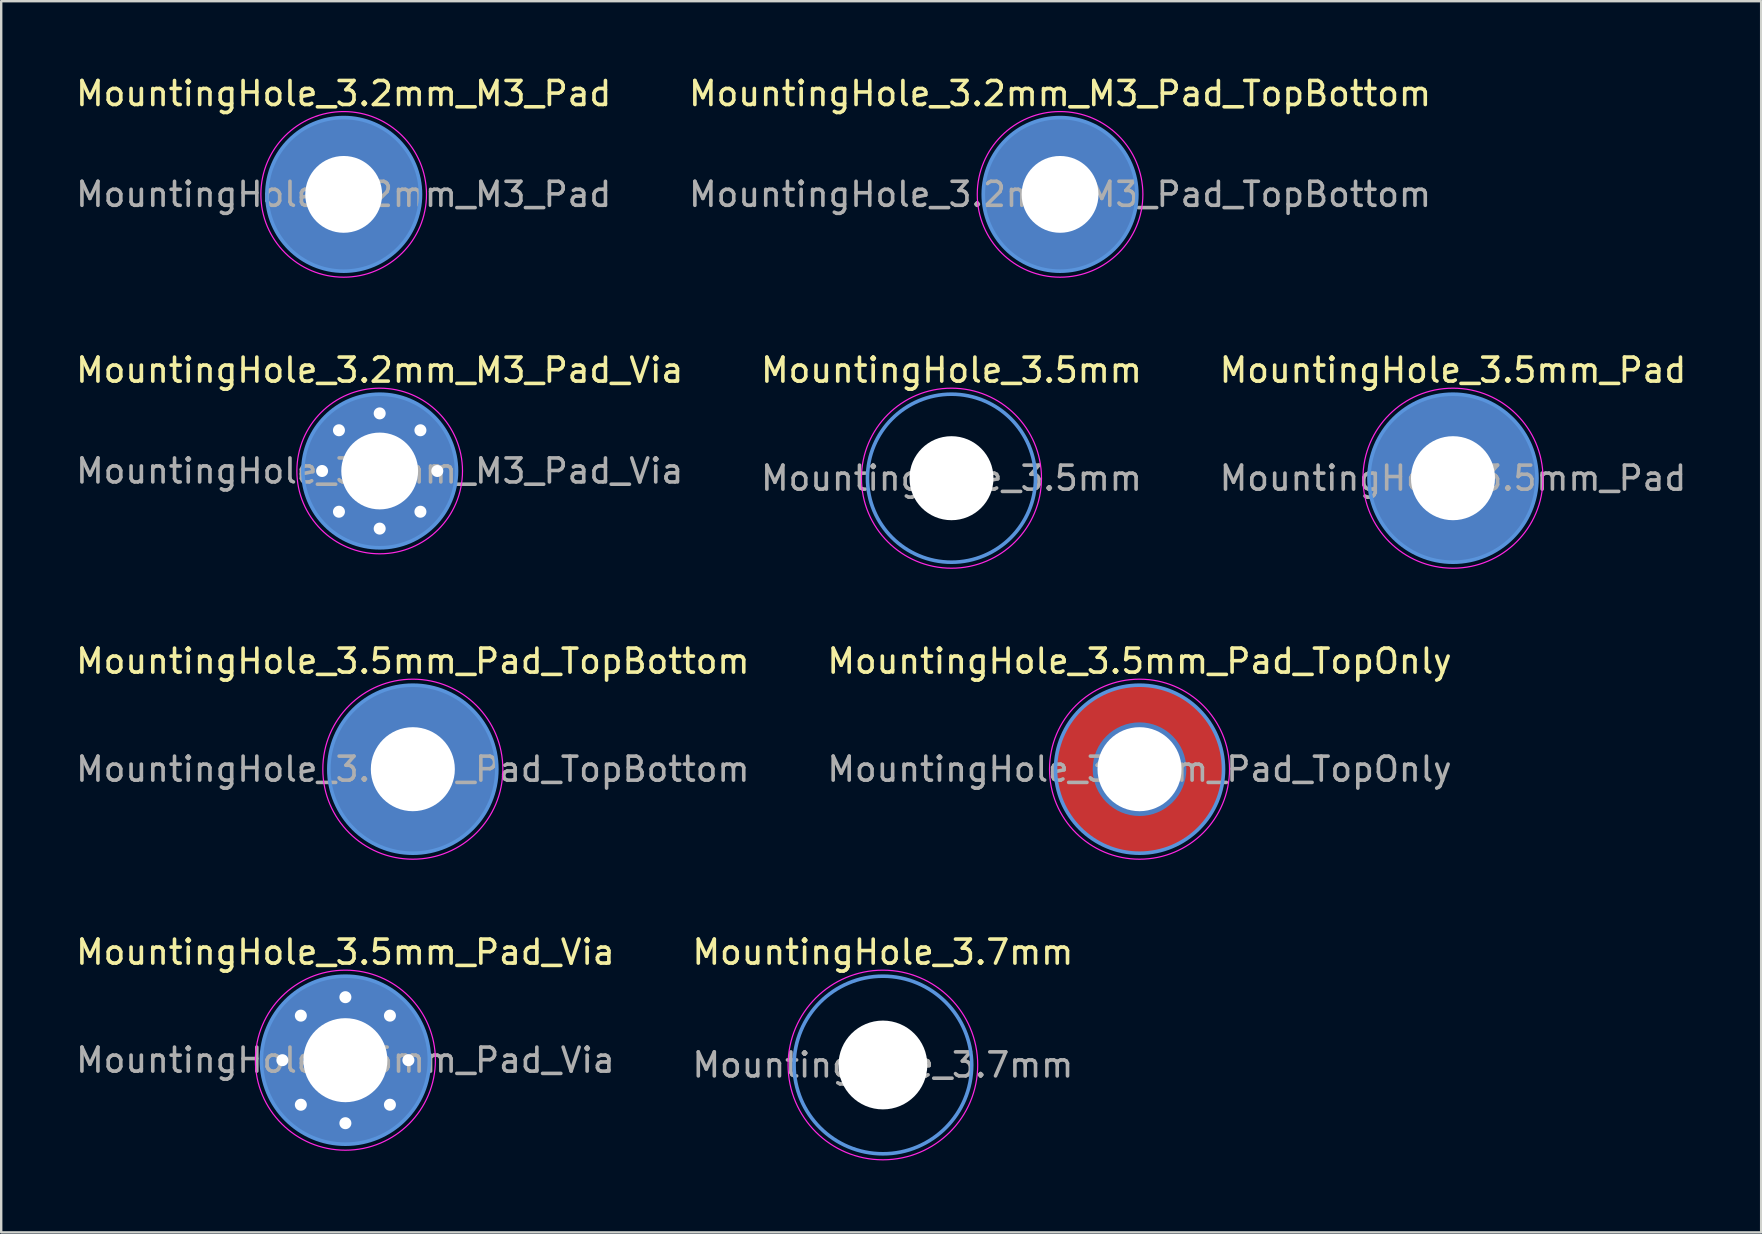
<source format=kicad_pcb>
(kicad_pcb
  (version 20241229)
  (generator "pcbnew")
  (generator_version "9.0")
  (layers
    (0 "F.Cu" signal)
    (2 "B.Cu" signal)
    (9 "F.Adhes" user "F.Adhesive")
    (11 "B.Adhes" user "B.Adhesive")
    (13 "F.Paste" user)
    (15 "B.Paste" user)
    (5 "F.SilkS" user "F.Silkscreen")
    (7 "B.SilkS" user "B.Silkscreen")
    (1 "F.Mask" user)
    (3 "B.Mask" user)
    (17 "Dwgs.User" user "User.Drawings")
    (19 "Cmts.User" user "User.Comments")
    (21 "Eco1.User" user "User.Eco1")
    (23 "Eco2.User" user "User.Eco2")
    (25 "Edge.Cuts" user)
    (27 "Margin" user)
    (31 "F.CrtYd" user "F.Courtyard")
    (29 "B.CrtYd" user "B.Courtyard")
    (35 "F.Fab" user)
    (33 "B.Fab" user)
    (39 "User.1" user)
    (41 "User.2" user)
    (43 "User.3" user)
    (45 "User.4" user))
  (footprint "MountingHole_3.5mm_Pad_TopOnly"
    (layer "F.Cu")
    (at 44.423 28.995)
    (property "Reference" "MountingHole_3.5mm_Pad_TopOnly" (at 0 -4.5 0) (layer "F.SilkS") (effects (font (size 1 1) (thickness 0.15))))
    (attr exclude_from_pos_files exclude_from_bom)
    (fp_circle (center 0 0) (end 3.5 0) (stroke (width 0.15) (type solid)) (fill no) (layer "Cmts.User"))
    (fp_circle (center 0 0) (end 3.75 0) (stroke (width 0.05) (type solid)) (fill no) (layer "F.CrtYd"))
    (fp_text user "${REFERENCE}" (at 0 0 0) (layer "F.Fab") (effects (font (size 1 1) (thickness 0.15))))
    (pad "1" thru_hole circle (at 0 0) (size 3.9 3.9) (drill 3.5) (layers "*.Cu" "*.Mask"))
    (pad "1" connect circle (at 0 0) (size 7 7) (layers "F.Cu" "F.Mask")))
  (footprint "MountingHole_3.2mm_M3_Pad_TopBottom"
    (layer "F.Cu")
    (at 41.113 5.048)
    (property "Reference" "MountingHole_3.2mm_M3_Pad_TopBottom" (at 0 -4.2 0) (layer "F.SilkS") (effects (font (size 1 1) (thickness 0.15))))
    (attr exclude_from_pos_files exclude_from_bom)
    (fp_circle (center 0 0) (end 3.2 0) (stroke (width 0.15) (type solid)) (fill no) (layer "Cmts.User"))
    (fp_circle (center 0 0) (end 3.45 0) (stroke (width 0.05) (type solid)) (fill no) (layer "F.CrtYd"))
    (fp_text user "${REFERENCE}" (at 0 0 0) (layer "F.Fab") (effects (font (size 1 1) (thickness 0.15))))
    (pad "1" thru_hole circle (at 0 0) (size 3.6 3.6) (drill 3.2) (layers "*.Cu" "*.Mask"))
    (pad "1" connect circle (at 0 0) (size 6.4 6.4) (layers "F.Cu" "F.Mask"))
    (pad "1" connect circle (at 0 0) (size 6.4 6.4) (layers "B.Cu" "B.Mask")))
  (footprint "MountingHole_3.5mm"
    (layer "F.Cu")
    (at 36.589 16.872)
    (property "Reference" "MountingHole_3.5mm" (at 0 -4.5 0) (layer "F.SilkS") (effects (font (size 1 1) (thickness 0.15))))
    (attr exclude_from_pos_files exclude_from_bom)
    (fp_circle (center 0 0) (end 3.5 0) (stroke (width 0.15) (type solid)) (fill no) (layer "Cmts.User"))
    (fp_circle (center 0 0) (end 3.75 0) (stroke (width 0.05) (type solid)) (fill no) (layer "F.CrtYd"))
    (fp_text user "${REFERENCE}" (at 0 0 0) (layer "F.Fab") (effects (font (size 1 1) (thickness 0.15))))
    (pad "" np_thru_hole circle (at 0 0) (size 3.5 3.5) (drill 3.5) (layers "*.Cu" "*.Mask")))
  (footprint "MountingHole_3.7mm"
    (layer "F.Cu")
    (at 33.732 41.318)
    (property "Reference" "MountingHole_3.7mm" (at 0 -4.7 0) (layer "F.SilkS") (effects (font (size 1 1) (thickness 0.15))))
    (attr exclude_from_pos_files exclude_from_bom)
    (fp_circle (center 0 0) (end 3.7 0) (stroke (width 0.15) (type solid)) (fill no) (layer "Cmts.User"))
    (fp_circle (center 0 0) (end 3.95 0) (stroke (width 0.05) (type solid)) (fill no) (layer "F.CrtYd"))
    (fp_text user "${REFERENCE}" (at 0 0 0) (layer "F.Fab") (effects (font (size 1 1) (thickness 0.15))))
    (pad "" np_thru_hole circle (at 0 0) (size 3.7 3.7) (drill 3.7) (layers "*.Cu" "*.Mask")))
  (footprint "MountingHole_3.5mm_Pad"
    (layer "F.Cu")
    (at 57.482 16.872)
    (property "Reference" "MountingHole_3.5mm_Pad" (at 0 -4.5 0) (layer "F.SilkS") (effects (font (size 1 1) (thickness 0.15))))
    (attr exclude_from_pos_files exclude_from_bom)
    (fp_circle (center 0 0) (end 3.5 0) (stroke (width 0.15) (type solid)) (fill no) (layer "Cmts.User"))
    (fp_circle (center 0 0) (end 3.75 0) (stroke (width 0.05) (type solid)) (fill no) (layer "F.CrtYd"))
    (fp_text user "${REFERENCE}" (at 0 0 0) (layer "F.Fab") (effects (font (size 1 1) (thickness 0.15))))
    (pad "1" thru_hole circle (at 0 0) (size 7 7) (drill 3.5) (layers "*.Cu" "*.Mask")))
  (footprint "MountingHole_3.5mm_Pad_TopBottom"
    (layer "F.Cu")
    (at 14.149 28.995)
    (property "Reference" "MountingHole_3.5mm_Pad_TopBottom" (at 0 -4.5 0) (layer "F.SilkS") (effects (font (size 1 1) (thickness 0.15))))
    (attr exclude_from_pos_files exclude_from_bom)
    (fp_circle (center 0 0) (end 3.5 0) (stroke (width 0.15) (type solid)) (fill no) (layer "Cmts.User"))
    (fp_circle (center 0 0) (end 3.75 0) (stroke (width 0.05) (type solid)) (fill no) (layer "F.CrtYd"))
    (fp_text user "${REFERENCE}" (at 0 0 0) (layer "F.Fab") (effects (font (size 1 1) (thickness 0.15))))
    (pad "1" thru_hole circle (at 0 0) (size 3.9 3.9) (drill 3.5) (layers "*.Cu" "*.Mask"))
    (pad "1" connect circle (at 0 0) (size 7 7) (layers "F.Cu" "F.Mask"))
    (pad "1" connect circle (at 0 0) (size 7 7) (layers "B.Cu" "B.Mask")))
  (footprint "MountingHole_3.2mm_M3_Pad_Via"
    (layer "F.Cu")
    (at 12.768 16.572)
    (property "Reference" "MountingHole_3.2mm_M3_Pad_Via" (at 0 -4.2 0) (layer "F.SilkS") (effects (font (size 1 1) (thickness 0.15))))
    (attr exclude_from_pos_files exclude_from_bom)
    (fp_circle (center 0 0) (end 3.2 0) (stroke (width 0.15) (type solid)) (fill no) (layer "Cmts.User"))
    (fp_circle (center 0 0) (end 3.45 0) (stroke (width 0.05) (type solid)) (fill no) (layer "F.CrtYd"))
    (fp_text user "${REFERENCE}" (at 0 0 0) (layer "F.Fab") (effects (font (size 1 1) (thickness 0.15))))
    (pad "1" thru_hole circle (at -2.4 0) (size 0.8 0.8) (drill 0.5) (layers "*.Cu" "*.Mask"))
    (pad "1" thru_hole circle (at -1.697 -1.697) (size 0.8 0.8) (drill 0.5) (layers "*.Cu" "*.Mask"))
    (pad "1" thru_hole circle (at -1.697 1.697) (size 0.8 0.8) (drill 0.5) (layers "*.Cu" "*.Mask"))
    (pad "1" thru_hole circle (at 0 -2.4) (size 0.8 0.8) (drill 0.5) (layers "*.Cu" "*.Mask"))
    (pad "1" thru_hole circle (at 0 0) (size 6.4 6.4) (drill 3.2) (layers "*.Cu" "*.Mask"))
    (pad "1" thru_hole circle (at 0 2.4) (size 0.8 0.8) (drill 0.5) (layers "*.Cu" "*.Mask"))
    (pad "1" thru_hole circle (at 1.697 -1.697) (size 0.8 0.8) (drill 0.5) (layers "*.Cu" "*.Mask"))
    (pad "1" thru_hole circle (at 1.697 1.697) (size 0.8 0.8) (drill 0.5) (layers "*.Cu" "*.Mask"))
    (pad "1" thru_hole circle (at 2.4 0) (size 0.8 0.8) (drill 0.5) (layers "*.Cu" "*.Mask")))
  (footprint "MountingHole_3.5mm_Pad_Via"
    (layer "F.Cu")
    (at 11.339 41.118)
    (property "Reference" "MountingHole_3.5mm_Pad_Via" (at 0 -4.5 0) (layer "F.SilkS") (effects (font (size 1 1) (thickness 0.15))))
    (attr exclude_from_pos_files exclude_from_bom)
    (fp_circle (center 0 0) (end 3.5 0) (stroke (width 0.15) (type solid)) (fill no) (layer "Cmts.User"))
    (fp_circle (center 0 0) (end 3.75 0) (stroke (width 0.05) (type solid)) (fill no) (layer "F.CrtYd"))
    (fp_text user "${REFERENCE}" (at 0 0 0) (layer "F.Fab") (effects (font (size 1 1) (thickness 0.15))))
    (pad "1" thru_hole circle (at -2.625 0) (size 0.8 0.8) (drill 0.5) (layers "*.Cu" "*.Mask"))
    (pad "1" thru_hole circle (at -1.856 -1.856) (size 0.8 0.8) (drill 0.5) (layers "*.Cu" "*.Mask"))
    (pad "1" thru_hole circle (at -1.856 1.856) (size 0.8 0.8) (drill 0.5) (layers "*.Cu" "*.Mask"))
    (pad "1" thru_hole circle (at 0 -2.625) (size 0.8 0.8) (drill 0.5) (layers "*.Cu" "*.Mask"))
    (pad "1" thru_hole circle (at 0 0) (size 7 7) (drill 3.5) (layers "*.Cu" "*.Mask"))
    (pad "1" thru_hole circle (at 0 2.625) (size 0.8 0.8) (drill 0.5) (layers "*.Cu" "*.Mask"))
    (pad "1" thru_hole circle (at 1.856 -1.856) (size 0.8 0.8) (drill 0.5) (layers "*.Cu" "*.Mask"))
    (pad "1" thru_hole circle (at 1.856 1.856) (size 0.8 0.8) (drill 0.5) (layers "*.Cu" "*.Mask"))
    (pad "1" thru_hole circle (at 2.625 0) (size 0.8 0.8) (drill 0.5) (layers "*.Cu" "*.Mask")))
  (footprint "MountingHole_3.2mm_M3_Pad"
    (layer "F.Cu")
    (at 11.268 5.048)
    (property "Reference" "MountingHole_3.2mm_M3_Pad" (at 0 -4.2 0) (layer "F.SilkS") (effects (font (size 1 1) (thickness 0.15))))
    (attr exclude_from_pos_files exclude_from_bom)
    (fp_circle (center 0 0) (end 3.2 0) (stroke (width 0.15) (type solid)) (fill no) (layer "Cmts.User"))
    (fp_circle (center 0 0) (end 3.45 0) (stroke (width 0.05) (type solid)) (fill no) (layer "F.CrtYd"))
    (fp_text user "${REFERENCE}" (at 0 0 0) (layer "F.Fab") (effects (font (size 1 1) (thickness 0.15))))
    (pad "1" thru_hole circle (at 0 0) (size 6.4 6.4) (drill 3.2) (layers "*.Cu" "*.Mask")))
  (gr_rect
    (start -3 -3)
    (end 70.321 48.293)
    (stroke (width 0.1) (type default))
    (fill no)
    (layer "Edge.Cuts")))
</source>
